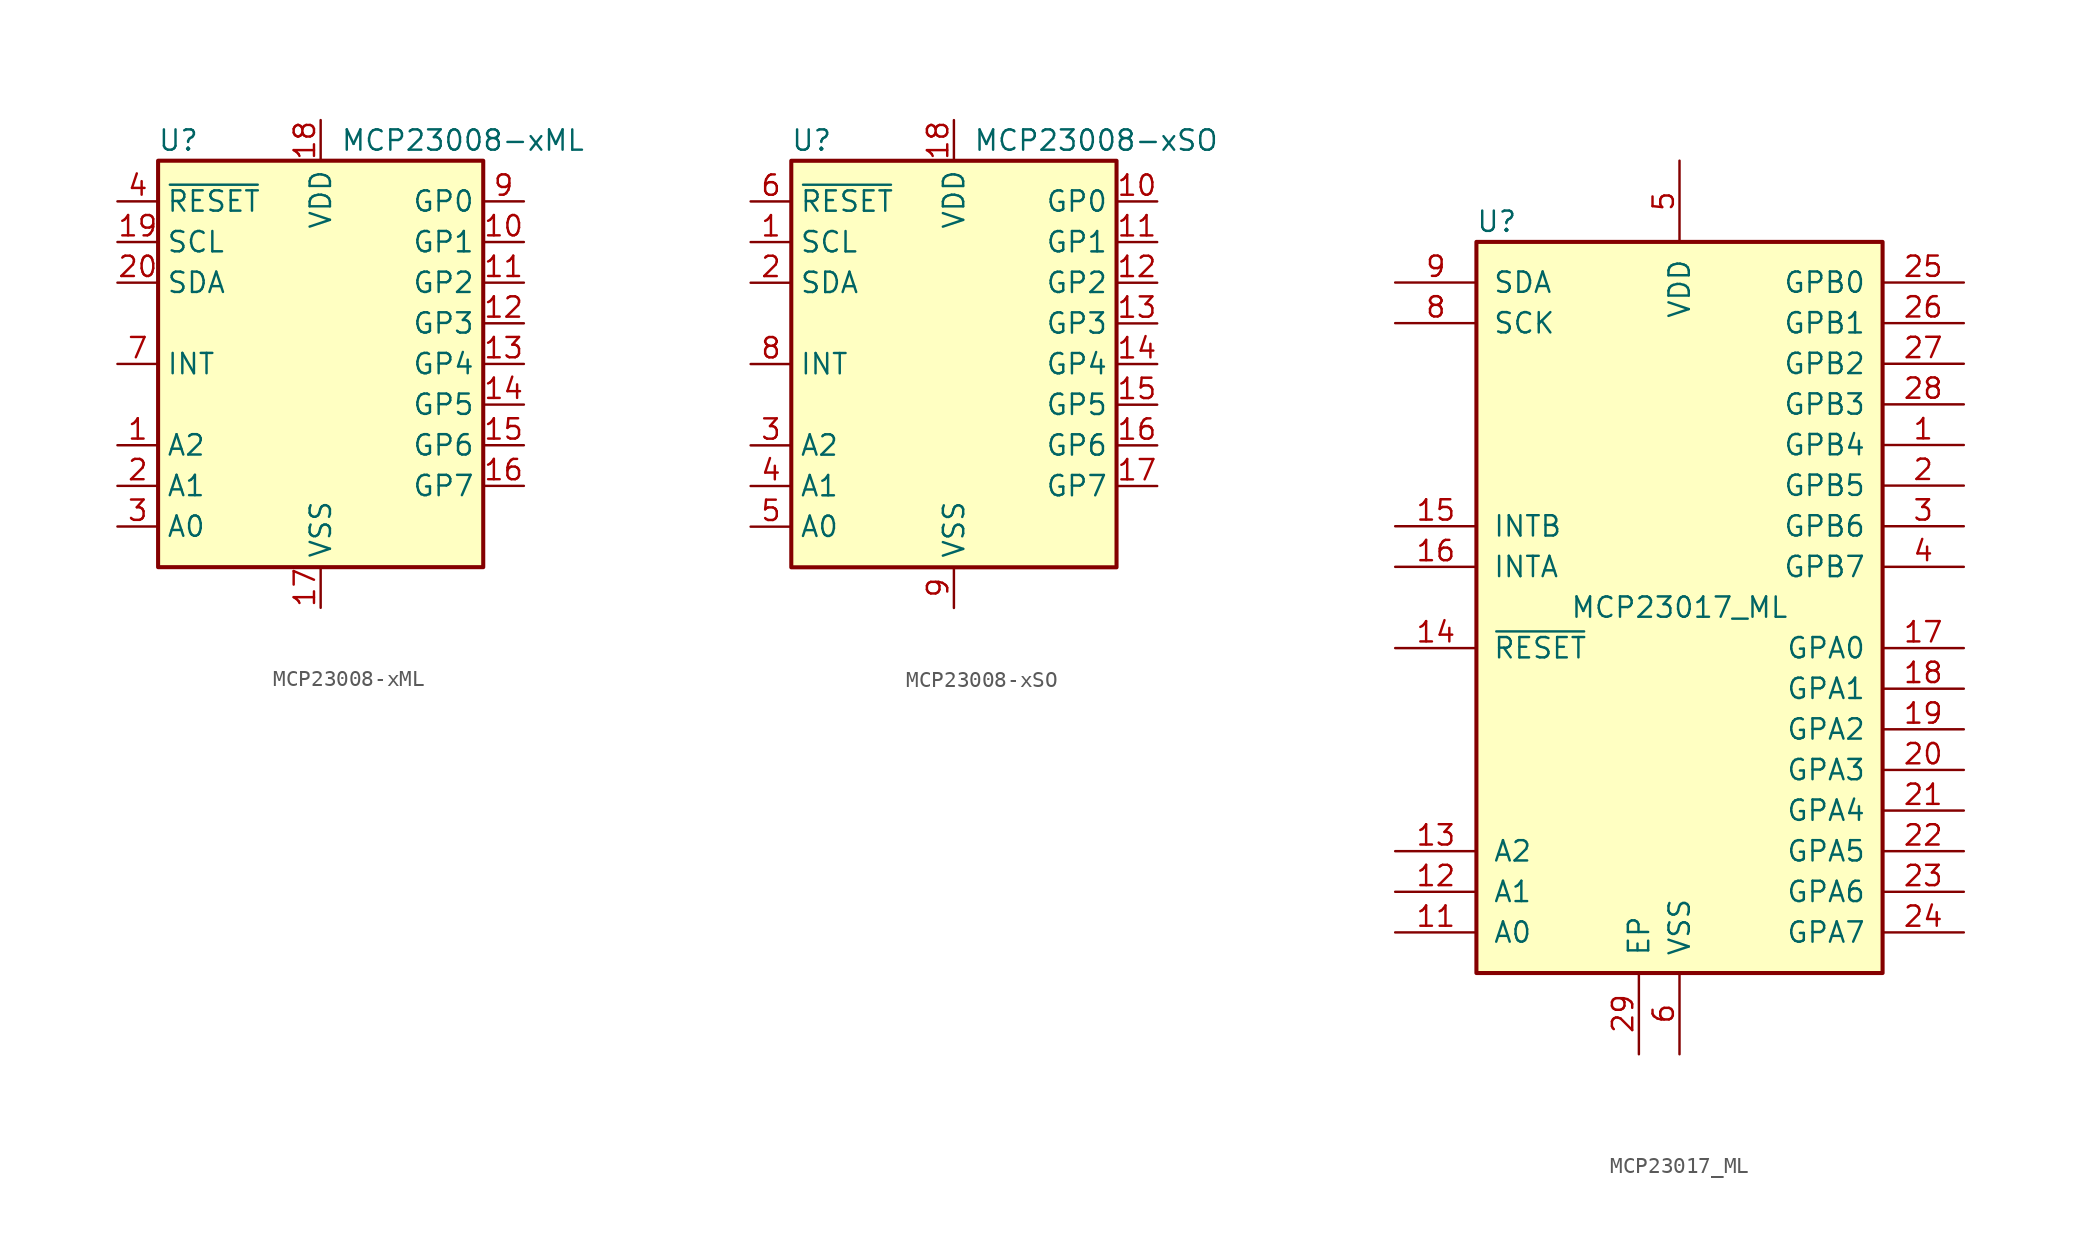
<source format=kicad_sym>
(kicad_symbol_lib
  (version 20201005)
  (generator kicad_symbol_editor)
  (symbol "Interface_Expansion:MCP23008-xML"
    (property "Reference" "U"
      (at -8.89 13.97 0)
      (effects (font (size 1.27 1.27))))
    (property "Value" "MCP23008-xML"
      (at 8.89 13.97 0)
      (effects (font (size 1.27 1.27))))
    (symbol "MCP23008-xML_0_1"
      (rectangle (start -10.16 12.7) (end 10.16 -12.7) (stroke (width 0.254)) (fill (type background))))
    (symbol "MCP23008-xML_1_1"
      (pin input line (at -12.7 -5.08 0) (length 2.54) (name "A2" (effects (font (size 1.27 1.27)))) (number "1" (effects (font (size 1.27 1.27)))))
      (pin bidirectional line (at 12.7 7.62 180) (length 2.54) (name "GP1" (effects (font (size 1.27 1.27)))) (number "10" (effects (font (size 1.27 1.27)))))
      (pin bidirectional line (at 12.7 5.08 180) (length 2.54) (name "GP2" (effects (font (size 1.27 1.27)))) (number "11" (effects (font (size 1.27 1.27)))))
      (pin bidirectional line (at 12.7 2.54 180) (length 2.54) (name "GP3" (effects (font (size 1.27 1.27)))) (number "12" (effects (font (size 1.27 1.27)))))
      (pin bidirectional line (at 12.7 0 180) (length 2.54) (name "GP4" (effects (font (size 1.27 1.27)))) (number "13" (effects (font (size 1.27 1.27)))))
      (pin bidirectional line (at 12.7 -2.54 180) (length 2.54) (name "GP5" (effects (font (size 1.27 1.27)))) (number "14" (effects (font (size 1.27 1.27)))))
      (pin bidirectional line (at 12.7 -5.08 180) (length 2.54) (name "GP6" (effects (font (size 1.27 1.27)))) (number "15" (effects (font (size 1.27 1.27)))))
      (pin bidirectional line (at 12.7 -7.62 180) (length 2.54) (name "GP7" (effects (font (size 1.27 1.27)))) (number "16" (effects (font (size 1.27 1.27)))))
      (pin power_in line (at 0 -15.24 90) (length 2.54) (name "VSS" (effects (font (size 1.27 1.27)))) (number "17" (effects (font (size 1.27 1.27)))))
      (pin power_in line (at 0 15.24 270) (length 2.54) (name "VDD" (effects (font (size 1.27 1.27)))) (number "18" (effects (font (size 1.27 1.27)))))
      (pin input line (at -12.7 7.62 0) (length 2.54) (name "SCL" (effects (font (size 1.27 1.27)))) (number "19" (effects (font (size 1.27 1.27)))))
      (pin input line (at -12.7 -7.62 0) (length 2.54) (name "A1" (effects (font (size 1.27 1.27)))) (number "2" (effects (font (size 1.27 1.27)))))
      (pin bidirectional line (at -12.7 5.08 0) (length 2.54) (name "SDA" (effects (font (size 1.27 1.27)))) (number "20" (effects (font (size 1.27 1.27)))))
      (pin input line (at -12.7 -10.16 0) (length 2.54) (name "A0" (effects (font (size 1.27 1.27)))) (number "3" (effects (font (size 1.27 1.27)))))
      (pin input line (at -12.7 10.16 0) (length 2.54) (name "~RESET" (effects (font (size 1.27 1.27)))) (number "4" (effects (font (size 1.27 1.27)))))
      (pin no_connect line (at -10.16 2.54 0) (length 2.54) hide (name "NC" (effects (font (size 1.27 1.27)))) (number "5" (effects (font (size 1.27 1.27)))))
      (pin no_connect line (at -10.16 -2.54 0) (length 2.54) hide (name "NC" (effects (font (size 1.27 1.27)))) (number "6" (effects (font (size 1.27 1.27)))))
      (pin output line (at -12.7 0 0) (length 2.54) (name "INT" (effects (font (size 1.27 1.27)))) (number "7" (effects (font (size 1.27 1.27)))))
      (pin no_connect line (at 10.16 -10.16 180) (length 2.54) hide (name "NC" (effects (font (size 1.27 1.27)))) (number "8" (effects (font (size 1.27 1.27)))))
      (pin bidirectional line (at 12.7 10.16 180) (length 2.54) (name "GP0" (effects (font (size 1.27 1.27)))) (number "9" (effects (font (size 1.27 1.27)))))))
  (symbol "Interface_Expansion:MCP23008-xSO"
    (property "Reference" "U"
      (at -8.89 13.97 0)
      (effects (font (size 1.27 1.27))))
    (property "Value" "MCP23008-xSO"
      (at 8.89 13.97 0)
      (effects (font (size 1.27 1.27))))
    (symbol "MCP23008-xSO_0_1"
      (rectangle (start -10.16 12.7) (end 10.16 -12.7) (stroke (width 0.254)) (fill (type background))))
    (symbol "MCP23008-xSO_1_1"
      (pin input line (at -12.7 7.62 0) (length 2.54) (name "SCL" (effects (font (size 1.27 1.27)))) (number "1" (effects (font (size 1.27 1.27)))))
      (pin bidirectional line (at 12.7 10.16 180) (length 2.54) (name "GP0" (effects (font (size 1.27 1.27)))) (number "10" (effects (font (size 1.27 1.27)))))
      (pin bidirectional line (at 12.7 7.62 180) (length 2.54) (name "GP1" (effects (font (size 1.27 1.27)))) (number "11" (effects (font (size 1.27 1.27)))))
      (pin bidirectional line (at 12.7 5.08 180) (length 2.54) (name "GP2" (effects (font (size 1.27 1.27)))) (number "12" (effects (font (size 1.27 1.27)))))
      (pin bidirectional line (at 12.7 2.54 180) (length 2.54) (name "GP3" (effects (font (size 1.27 1.27)))) (number "13" (effects (font (size 1.27 1.27)))))
      (pin bidirectional line (at 12.7 0 180) (length 2.54) (name "GP4" (effects (font (size 1.27 1.27)))) (number "14" (effects (font (size 1.27 1.27)))))
      (pin bidirectional line (at 12.7 -2.54 180) (length 2.54) (name "GP5" (effects (font (size 1.27 1.27)))) (number "15" (effects (font (size 1.27 1.27)))))
      (pin bidirectional line (at 12.7 -5.08 180) (length 2.54) (name "GP6" (effects (font (size 1.27 1.27)))) (number "16" (effects (font (size 1.27 1.27)))))
      (pin bidirectional line (at 12.7 -7.62 180) (length 2.54) (name "GP7" (effects (font (size 1.27 1.27)))) (number "17" (effects (font (size 1.27 1.27)))))
      (pin power_in line (at 0 15.24 270) (length 2.54) (name "VDD" (effects (font (size 1.27 1.27)))) (number "18" (effects (font (size 1.27 1.27)))))
      (pin bidirectional line (at -12.7 5.08 0) (length 2.54) (name "SDA" (effects (font (size 1.27 1.27)))) (number "2" (effects (font (size 1.27 1.27)))))
      (pin input line (at -12.7 -5.08 0) (length 2.54) (name "A2" (effects (font (size 1.27 1.27)))) (number "3" (effects (font (size 1.27 1.27)))))
      (pin input line (at -12.7 -7.62 0) (length 2.54) (name "A1" (effects (font (size 1.27 1.27)))) (number "4" (effects (font (size 1.27 1.27)))))
      (pin input line (at -12.7 -10.16 0) (length 2.54) (name "A0" (effects (font (size 1.27 1.27)))) (number "5" (effects (font (size 1.27 1.27)))))
      (pin input line (at -12.7 10.16 0) (length 2.54) (name "~RESET" (effects (font (size 1.27 1.27)))) (number "6" (effects (font (size 1.27 1.27)))))
      (pin no_connect line (at -10.16 -2.54 0) (length 2.54) hide (name "NC" (effects (font (size 1.27 1.27)))) (number "7" (effects (font (size 1.27 1.27)))))
      (pin output line (at -12.7 0 0) (length 2.54) (name "INT" (effects (font (size 1.27 1.27)))) (number "8" (effects (font (size 1.27 1.27)))))
      (pin power_in line (at 0 -15.24 90) (length 2.54) (name "VSS" (effects (font (size 1.27 1.27)))) (number "9" (effects (font (size 1.27 1.27)))))))
  (symbol "Interface_Expansion:MCP23017_ML"
    (pin_names
      (offset 1.016))
    (property "Reference" "U"
      (at -11.43 24.13 0)
      (effects (font (size 1.27 1.27))))
    (property "Value" "MCP23017_ML"
      (at 0 0 0)
      (effects (font (size 1.27 1.27))))
    (symbol "MCP23017_ML_0_1"
      (rectangle (start -12.7 22.86) (end 12.7 -22.86) (stroke (width 0.254)) (fill (type background))))
    (symbol "MCP23017_ML_1_1"
      (pin bidirectional line (at 17.78 10.16 180) (length 5.08) (name "GPB4" (effects (font (size 1.27 1.27)))) (number "1" (effects (font (size 1.27 1.27)))))
      (pin no_connect line (at -12.7 12.7 0) (length 5.08) hide (name "NC" (effects (font (size 1.27 1.27)))) (number "10" (effects (font (size 1.27 1.27)))))
      (pin input line (at -17.78 -20.32 0) (length 5.08) (name "A0" (effects (font (size 1.27 1.27)))) (number "11" (effects (font (size 1.27 1.27)))))
      (pin input line (at -17.78 -17.78 0) (length 5.08) (name "A1" (effects (font (size 1.27 1.27)))) (number "12" (effects (font (size 1.27 1.27)))))
      (pin input line (at -17.78 -15.24 0) (length 5.08) (name "A2" (effects (font (size 1.27 1.27)))) (number "13" (effects (font (size 1.27 1.27)))))
      (pin input line (at -17.78 -2.54 0) (length 5.08) (name "~RESET~" (effects (font (size 1.27 1.27)))) (number "14" (effects (font (size 1.27 1.27)))))
      (pin tri_state line (at -17.78 5.08 0) (length 5.08) (name "INTB" (effects (font (size 1.27 1.27)))) (number "15" (effects (font (size 1.27 1.27)))))
      (pin tri_state line (at -17.78 2.54 0) (length 5.08) (name "INTA" (effects (font (size 1.27 1.27)))) (number "16" (effects (font (size 1.27 1.27)))))
      (pin bidirectional line (at 17.78 -2.54 180) (length 5.08) (name "GPA0" (effects (font (size 1.27 1.27)))) (number "17" (effects (font (size 1.27 1.27)))))
      (pin bidirectional line (at 17.78 -5.08 180) (length 5.08) (name "GPA1" (effects (font (size 1.27 1.27)))) (number "18" (effects (font (size 1.27 1.27)))))
      (pin bidirectional line (at 17.78 -7.62 180) (length 5.08) (name "GPA2" (effects (font (size 1.27 1.27)))) (number "19" (effects (font (size 1.27 1.27)))))
      (pin bidirectional line (at 17.78 7.62 180) (length 5.08) (name "GPB5" (effects (font (size 1.27 1.27)))) (number "2" (effects (font (size 1.27 1.27)))))
      (pin bidirectional line (at 17.78 -10.16 180) (length 5.08) (name "GPA3" (effects (font (size 1.27 1.27)))) (number "20" (effects (font (size 1.27 1.27)))))
      (pin bidirectional line (at 17.78 -12.7 180) (length 5.08) (name "GPA4" (effects (font (size 1.27 1.27)))) (number "21" (effects (font (size 1.27 1.27)))))
      (pin bidirectional line (at 17.78 -15.24 180) (length 5.08) (name "GPA5" (effects (font (size 1.27 1.27)))) (number "22" (effects (font (size 1.27 1.27)))))
      (pin bidirectional line (at 17.78 -17.78 180) (length 5.08) (name "GPA6" (effects (font (size 1.27 1.27)))) (number "23" (effects (font (size 1.27 1.27)))))
      (pin bidirectional line (at 17.78 -20.32 180) (length 5.08) (name "GPA7" (effects (font (size 1.27 1.27)))) (number "24" (effects (font (size 1.27 1.27)))))
      (pin bidirectional line (at 17.78 20.32 180) (length 5.08) (name "GPB0" (effects (font (size 1.27 1.27)))) (number "25" (effects (font (size 1.27 1.27)))))
      (pin bidirectional line (at 17.78 17.78 180) (length 5.08) (name "GPB1" (effects (font (size 1.27 1.27)))) (number "26" (effects (font (size 1.27 1.27)))))
      (pin bidirectional line (at 17.78 15.24 180) (length 5.08) (name "GPB2" (effects (font (size 1.27 1.27)))) (number "27" (effects (font (size 1.27 1.27)))))
      (pin bidirectional line (at 17.78 12.7 180) (length 5.08) (name "GPB3" (effects (font (size 1.27 1.27)))) (number "28" (effects (font (size 1.27 1.27)))))
      (pin passive line (at -2.54 -27.94 90) (length 5.08) (name "EP" (effects (font (size 1.27 1.27)))) (number "29" (effects (font (size 1.27 1.27)))))
      (pin bidirectional line (at 17.78 5.08 180) (length 5.08) (name "GPB6" (effects (font (size 1.27 1.27)))) (number "3" (effects (font (size 1.27 1.27)))))
      (pin bidirectional line (at 17.78 2.54 180) (length 5.08) (name "GPB7" (effects (font (size 1.27 1.27)))) (number "4" (effects (font (size 1.27 1.27)))))
      (pin power_in line (at 0 27.94 270) (length 5.08) (name "VDD" (effects (font (size 1.27 1.27)))) (number "5" (effects (font (size 1.27 1.27)))))
      (pin power_in line (at 0 -27.94 90) (length 5.08) (name "VSS" (effects (font (size 1.27 1.27)))) (number "6" (effects (font (size 1.27 1.27)))))
      (pin no_connect line (at -12.7 15.24 0) (length 5.08) hide (name "NC" (effects (font (size 1.27 1.27)))) (number "7" (effects (font (size 1.27 1.27)))))
      (pin input line (at -17.78 17.78 0) (length 5.08) (name "SCK" (effects (font (size 1.27 1.27)))) (number "8" (effects (font (size 1.27 1.27)))))
      (pin bidirectional line (at -17.78 20.32 0) (length 5.08) (name "SDA" (effects (font (size 1.27 1.27)))) (number "9" (effects (font (size 1.27 1.27))))))))
</source>
